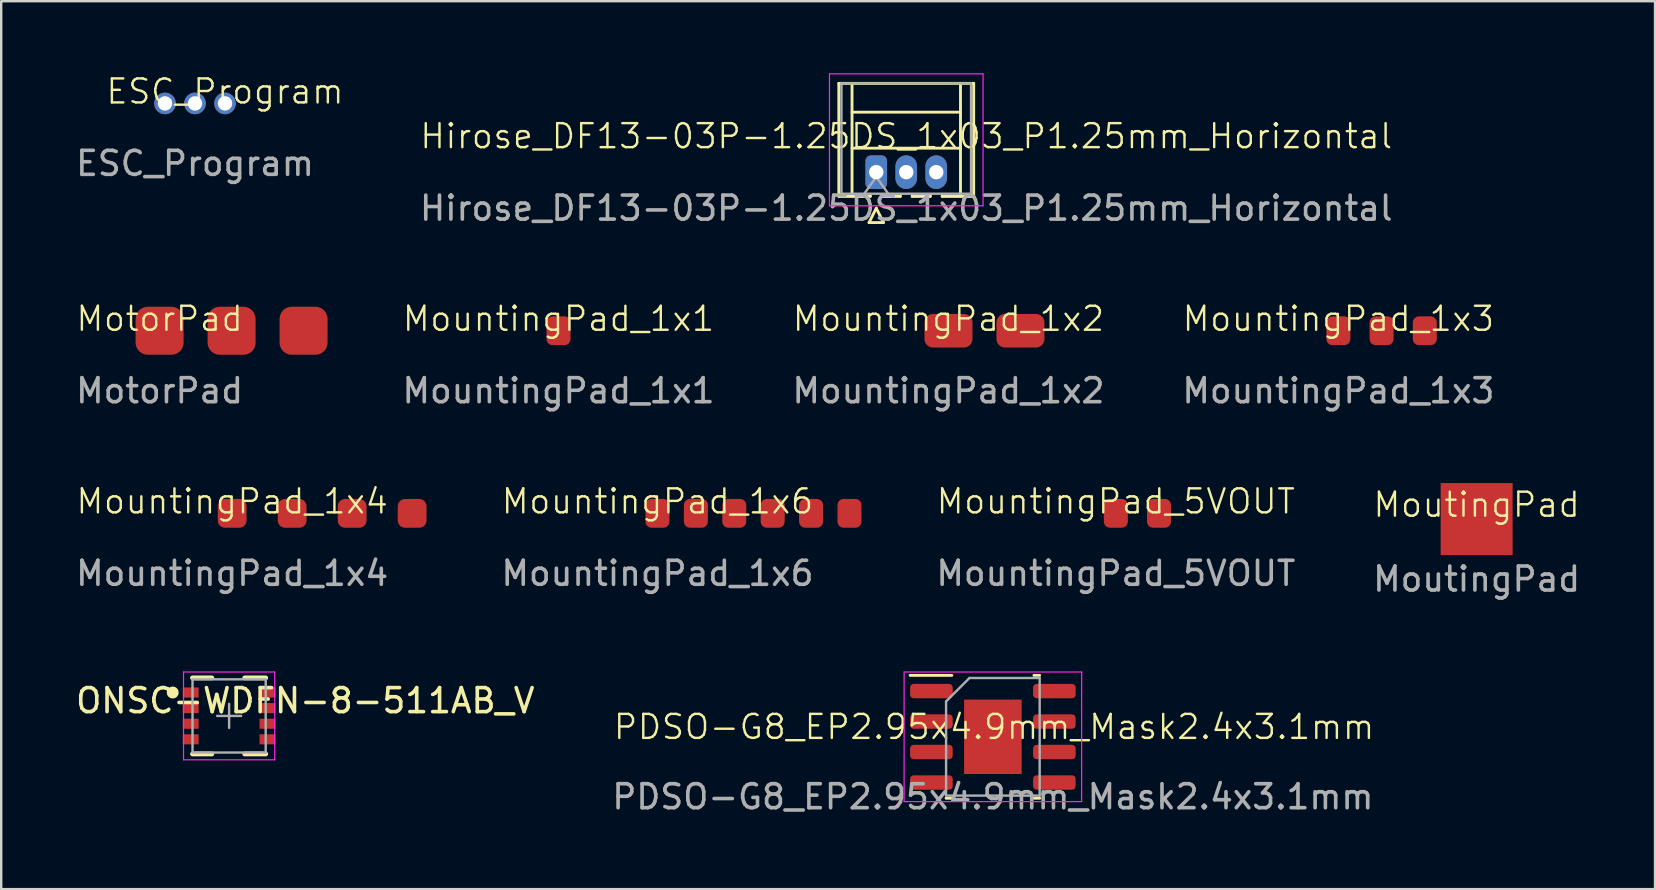
<source format=kicad_pcb>
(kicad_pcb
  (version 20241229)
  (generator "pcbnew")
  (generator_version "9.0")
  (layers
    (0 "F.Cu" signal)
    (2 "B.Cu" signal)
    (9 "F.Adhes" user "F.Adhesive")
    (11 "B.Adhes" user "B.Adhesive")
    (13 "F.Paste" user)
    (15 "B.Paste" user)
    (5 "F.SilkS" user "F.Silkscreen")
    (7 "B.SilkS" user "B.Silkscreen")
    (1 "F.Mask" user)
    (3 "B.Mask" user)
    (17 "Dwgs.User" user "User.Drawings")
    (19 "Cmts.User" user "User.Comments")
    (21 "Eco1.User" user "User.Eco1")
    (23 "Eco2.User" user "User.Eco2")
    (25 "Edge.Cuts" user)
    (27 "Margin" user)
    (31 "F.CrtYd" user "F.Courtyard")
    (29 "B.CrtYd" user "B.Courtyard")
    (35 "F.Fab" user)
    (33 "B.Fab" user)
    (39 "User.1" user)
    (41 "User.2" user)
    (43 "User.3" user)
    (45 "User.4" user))
  (footprint "MoutingPad"
    (layer "F.Cu")
    (at 58.487 18.582)
    (property "Reference" "MoutingPad" (at 0 -0.6 0) (unlocked yes) (layer "F.SilkS") (effects (font (size 1 1) (thickness 0.1))))
    (attr smd)
    (fp_text user "${REFERENCE}" (at 0 2.5 0) (unlocked yes) (layer "F.Fab") (effects (font (size 1 1) (thickness 0.15))))
    (pad "1" smd rect (at 0 0) (size 3 3) (layers "F.Cu" "F.Mask" "F.Paste")))
  (footprint "MountingPad_1x4"
    (layer "F.Cu")
    (at 6.625 18.343)
    (property "Reference" "MountingPad_1x4" (at 0 -0.5 0) (unlocked yes) (layer "F.SilkS") (effects (font (size 1 1) (thickness 0.1))))
    (attr smd)
    (fp_text user "${REFERENCE}" (at 0 2.5 0) (unlocked yes) (layer "F.Fab") (effects (font (size 1 1) (thickness 0.15))))
    (pad "1" smd roundrect (at 0 0 90) (size 1.2 1.2) (layers "F.Cu" "F.Mask" "F.Paste") (roundrect_rratio 0.25))
    (pad "2" smd roundrect (at 2.5 0 90) (size 1.2 1.2) (layers "F.Cu" "F.Mask" "F.Paste") (roundrect_rratio 0.25))
    (pad "3" smd roundrect (at 5 0 90) (size 1.2 1.2) (layers "F.Cu" "F.Mask" "F.Paste") (roundrect_rratio 0.25))
    (pad "4" smd roundrect (at 7.5 0 90) (size 1.2 1.2) (layers "F.Cu" "F.Mask" "F.Paste") (roundrect_rratio 0.25)))
  (footprint "MountingPad_1x6"
    (layer "F.Cu")
    (at 24.35 18.343)
    (property "Reference" "MountingPad_1x6" (at 0 -0.5 0) (unlocked yes) (layer "F.SilkS") (effects (font (size 1 1) (thickness 0.1))))
    (attr smd)
    (fp_text user "${REFERENCE}" (at 0 2.5 0) (unlocked yes) (layer "F.Fab") (effects (font (size 1 1) (thickness 0.15))))
    (pad "1" smd roundrect (at 0 0 90) (size 1.2 1) (layers "F.Cu" "F.Mask" "F.Paste") (roundrect_rratio 0.25))
    (pad "2" smd roundrect (at 1.6 0 90) (size 1.2 1) (layers "F.Cu" "F.Mask" "F.Paste") (roundrect_rratio 0.25))
    (pad "3" smd roundrect (at 3.2 0 90) (size 1.2 1) (layers "F.Cu" "F.Mask" "F.Paste") (roundrect_rratio 0.25))
    (pad "4" smd roundrect (at 4.8 0 90) (size 1.2 1) (layers "F.Cu" "F.Mask" "F.Paste") (roundrect_rratio 0.25))
    (pad "5" smd roundrect (at 6.4 0 90) (size 1.2 1) (layers "F.Cu" "F.Mask" "F.Paste") (roundrect_rratio 0.25))
    (pad "6" smd roundrect (at 8 0 90) (size 1.2 1) (layers "F.Cu" "F.Mask" "F.Paste") (roundrect_rratio 0.25)))
  (footprint "MountingPad_1x1"
    (layer "F.Cu")
    (at 20.226 10.734)
    (property "Reference" "MountingPad_1x1" (at 0 -0.5 0) (unlocked yes) (layer "F.SilkS") (effects (font (size 1 1) (thickness 0.1))))
    (attr smd)
    (fp_text user "${REFERENCE}" (at 0 2.5 0) (unlocked yes) (layer "F.Fab") (effects (font (size 1 1) (thickness 0.15))))
    (pad "1" smd roundrect (at 0 0 90) (size 1.2 1) (layers "F.Cu" "F.Mask" "F.Paste") (roundrect_rratio 0.25)))
  (footprint "MountingPad_1x2"
    (layer "F.Cu")
    (at 36.476 10.734)
    (property "Reference" "MountingPad_1x2" (at 0 -0.5 0) (unlocked yes) (layer "F.SilkS") (effects (font (size 1 1) (thickness 0.1))))
    (attr smd)
    (fp_text user "${REFERENCE}" (at 0 2.5 0) (unlocked yes) (layer "F.Fab") (effects (font (size 1 1) (thickness 0.15))))
    (pad "1" smd roundrect (at 0 0 90) (size 1.4 2) (layers "F.Cu" "F.Mask" "F.Paste") (roundrect_rratio 0.25))
    (pad "2" smd roundrect (at 3 0 90) (size 1.4 2) (layers "F.Cu" "F.Mask" "F.Paste") (roundrect_rratio 0.25)))
  (footprint "MountingPad_5VOUT"
    (layer "F.Cu")
    (at 43.451 18.343)
    (property "Reference" "MountingPad_5VOUT" (at 0 -0.5 0) (unlocked yes) (layer "F.SilkS") (effects (font (size 1 1) (thickness 0.1))))
    (attr smd)
    (fp_text user "${REFERENCE}" (at 0 2.5 0) (unlocked yes) (layer "F.Fab") (effects (font (size 1 1) (thickness 0.15))))
    (pad "1" smd roundrect (at 0 0 90) (size 1.2 1) (layers "F.Cu" "F.Mask" "F.Paste") (roundrect_rratio 0.25))
    (pad "2" smd roundrect (at 1.8 0 90) (size 1.2 1) (layers "F.Cu" "F.Mask" "F.Paste") (roundrect_rratio 0.25)))
  (footprint "ESC_Program"
    (layer "F.Cu")
    (at 5.077 1.26)
    (property "Reference" "ESC_Program" (at 1.25 -0.5 0) (unlocked yes) (layer "F.SilkS") (effects (font (size 1 1) (thickness 0.1))))
    (attr smd)
    (fp_text user "${REFERENCE}" (at 0 2.5 0) (unlocked yes) (layer "F.Fab") (effects (font (size 1 1) (thickness 0.15))))
    (pad "1" thru_hole circle (at -1.25 0) (size 0.9 0.9) (drill 0.6) (layers "*.Cu" "*.Mask"))
    (pad "2" thru_hole circle (at 0 0) (size 0.9 0.9) (drill 0.6) (layers "*.Cu" "*.Mask"))
    (pad "3" thru_hole circle (at 1.25 0) (size 0.9 0.9) (drill 0.6) (layers "*.Cu" "*.Mask")))
  (footprint "ONSC-WDFN-8-511AB_V"
    (layer "F.Cu")
    (at 6.498 26.785)
    (property "Reference" "ONSC-WDFN-8-511AB_V" (at 3.175 -0.635 0) (layer "F.SilkS") (effects (font (size 1 1) (thickness 0.15))))
    (attr smd)
    (fp_line (start -1.525 -1.585) (end -0.72 -1.585) (stroke (width 0.2) (type solid)) (layer "F.SilkS"))
    (fp_line (start -1.525 1.585) (end -0.72 1.585) (stroke (width 0.2) (type solid)) (layer "F.SilkS"))
    (fp_line (start 0.65 -1.585) (end 1.525 -1.585) (stroke (width 0.2) (type solid)) (layer "F.SilkS"))
    (fp_line (start 0.65 1.585) (end 1.525 1.585) (stroke (width 0.2) (type solid)) (layer "F.SilkS"))
    (fp_circle (center -2.35 -0.975) (end -2.225 -0.975) (stroke (width 0.25) (type solid)) (fill no) (layer "F.SilkS"))
    (fp_line (start -1.9 -1.83) (end 1.9 -1.83) (stroke (width 0.05) (type solid)) (layer "F.CrtYd"))
    (fp_line (start -1.9 1.83) (end -1.9 -1.83) (stroke (width 0.05) (type solid)) (layer "F.CrtYd"))
    (fp_line (start -1.9 1.83) (end 1.9 1.83) (stroke (width 0.05) (type solid)) (layer "F.CrtYd"))
    (fp_line (start 1.9 1.83) (end 1.9 -1.83) (stroke (width 0.05) (type solid)) (layer "F.CrtYd"))
    (fp_line (start -1.525 -1.525) (end 1.525 -1.525) (stroke (width 0.1) (type solid)) (layer "F.Fab"))
    (fp_line (start -1.525 1.525) (end -1.525 -1.525) (stroke (width 0.1) (type solid)) (layer "F.Fab"))
    (fp_line (start -1.525 1.525) (end 1.525 1.525) (stroke (width 0.1) (type solid)) (layer "F.Fab"))
    (fp_line (start -0.5 0) (end 0.5 0) (stroke (width 0.1) (type solid)) (layer "F.Fab"))
    (fp_line (start 0 0.5) (end 0 -0.5) (stroke (width 0.1) (type solid)) (layer "F.Fab"))
    (fp_line (start 1.525 1.525) (end 1.525 -1.525) (stroke (width 0.1) (type solid)) (layer "F.Fab"))
    (pad "1" smd rect (at -1.6 -0.975 90) (size 0.42 0.66) (layers "F.Cu" "F.Mask" "F.Paste"))
    (pad "2" smd rect (at -1.6 -0.325 90) (size 0.42 0.66) (layers "F.Cu" "F.Mask" "F.Paste"))
    (pad "3" smd rect (at -1.6 0.325 90) (size 0.42 0.66) (layers "F.Cu" "F.Mask" "F.Paste"))
    (pad "4" smd rect (at -1.6 0.975 90) (size 0.42 0.66) (layers "F.Cu" "F.Mask" "F.Paste"))
    (pad "5" smd rect (at 1.6 0.975 90) (size 0.42 0.66) (layers "F.Cu" "F.Mask" "F.Paste"))
    (pad "6" smd rect (at 1.6 0.325 90) (size 0.42 0.66) (layers "F.Cu" "F.Mask" "F.Paste"))
    (pad "7" smd rect (at 1.6 -0.325 90) (size 0.42 0.66) (layers "F.Cu" "F.Mask" "F.Paste"))
    (pad "8" smd rect (at 1.6 -0.975 90) (size 0.42 0.66) (layers "F.Cu" "F.Mask" "F.Paste")))
  (footprint "PDSO-G8_EP2.95x4.9mm_Mask2.4x3.1mm"
    (layer "F.Cu")
    (at 38.327 27.655)
    (property "Reference" "PDSO-G8_EP2.95x4.9mm_Mask2.4x3.1mm" (at 0.05 -0.412 0) (unlocked yes) (layer "F.SilkS") (effects (font (size 1 1) (thickness 0.1))))
    (attr smd)
    (fp_line (start -1.711 -2.56) (end -3.45 -2.56) (stroke (width 0.12) (type solid)) (layer "F.SilkS"))
    (fp_line (start -1.711 2.56) (end -1.95 2.56) (stroke (width 0.12) (type solid)) (layer "F.SilkS"))
    (fp_line (start 1.711 -2.56) (end 1.95 -2.56) (stroke (width 0.12) (type solid)) (layer "F.SilkS"))
    (fp_line (start 1.711 2.56) (end 1.95 2.56) (stroke (width 0.12) (type solid)) (layer "F.SilkS"))
    (fp_line (start -3.7 -2.7) (end -3.7 2.7) (stroke (width 0.05) (type solid)) (layer "F.CrtYd"))
    (fp_line (start -3.7 2.7) (end 3.7 2.7) (stroke (width 0.05) (type solid)) (layer "F.CrtYd"))
    (fp_line (start 3.7 -2.7) (end -3.7 -2.7) (stroke (width 0.05) (type solid)) (layer "F.CrtYd"))
    (fp_line (start 3.7 2.7) (end 3.7 -2.7) (stroke (width 0.05) (type solid)) (layer "F.CrtYd"))
    (fp_line (start -1.95 -1.475) (end -0.975 -2.45) (stroke (width 0.1) (type solid)) (layer "F.Fab"))
    (fp_line (start -1.95 2.45) (end -1.95 -1.475) (stroke (width 0.1) (type solid)) (layer "F.Fab"))
    (fp_line (start -0.975 -2.45) (end 1.95 -2.45) (stroke (width 0.1) (type solid)) (layer "F.Fab"))
    (fp_line (start 1.95 -2.45) (end 1.95 2.45) (stroke (width 0.1) (type solid)) (layer "F.Fab"))
    (fp_line (start 1.95 2.45) (end -1.95 2.45) (stroke (width 0.1) (type solid)) (layer "F.Fab"))
    (fp_text user "${REFERENCE}" (at 0 2.5 0) (unlocked yes) (layer "F.Fab") (effects (font (size 1 1) (thickness 0.15))))
    (pad "" smd roundrect (at -0.6 -1.03) (size 0.97 0.83) (layers "F.Paste") (roundrect_rratio 0.25))
    (pad "" smd roundrect (at -0.6 0) (size 0.97 0.83) (layers "F.Paste") (roundrect_rratio 0.25))
    (pad "" smd roundrect (at -0.6 1.03) (size 0.97 0.83) (layers "F.Paste") (roundrect_rratio 0.25))
    (pad "" smd rect (at 0 0) (size 2.4 3.1) (layers "F.Mask"))
    (pad "" smd roundrect (at 0.6 -1.03) (size 0.97 0.83) (layers "F.Paste") (roundrect_rratio 0.25))
    (pad "" smd roundrect (at 0.6 0) (size 0.97 0.83) (layers "F.Paste") (roundrect_rratio 0.25))
    (pad "" smd roundrect (at 0.6 1.03) (size 0.97 0.83) (layers "F.Paste") (roundrect_rratio 0.25))
    (pad "1" smd roundrect (at -2.562 -1.905) (size 1.775 0.6) (layers "F.Cu" "F.Mask" "F.Paste") (roundrect_rratio 0.25))
    (pad "2" smd roundrect (at -2.562 -0.635) (size 1.775 0.6) (layers "F.Cu" "F.Mask" "F.Paste") (roundrect_rratio 0.25))
    (pad "3" smd roundrect (at -2.562 0.635) (size 1.775 0.6) (layers "F.Cu" "F.Mask" "F.Paste") (roundrect_rratio 0.25))
    (pad "4" smd roundrect (at -2.562 1.905) (size 1.775 0.6) (layers "F.Cu" "F.Mask" "F.Paste") (roundrect_rratio 0.25))
    (pad "5" smd roundrect (at 2.562 1.905) (size 1.775 0.6) (layers "F.Cu" "F.Mask" "F.Paste") (roundrect_rratio 0.25))
    (pad "6" smd roundrect (at 2.562 0.635) (size 1.775 0.6) (layers "F.Cu" "F.Mask" "F.Paste") (roundrect_rratio 0.25))
    (pad "7" smd roundrect (at 2.562 -0.635) (size 1.775 0.6) (layers "F.Cu" "F.Mask" "F.Paste") (roundrect_rratio 0.25))
    (pad "8" smd roundrect (at 2.562 -1.905) (size 1.775 0.6) (layers "F.Cu" "F.Mask" "F.Paste") (roundrect_rratio 0.25))
    (pad "9" smd rect (at 0 0) (size 2.4 3.1) (layers "F.Cu")))
  (footprint "MountingPad_1x3"
    (layer "F.Cu")
    (at 52.726 10.734)
    (property "Reference" "MountingPad_1x3" (at 0 -0.5 0) (unlocked yes) (layer "F.SilkS") (effects (font (size 1 1) (thickness 0.1))))
    (attr smd)
    (fp_text user "${REFERENCE}" (at 0 2.5 0) (unlocked yes) (layer "F.Fab") (effects (font (size 1 1) (thickness 0.15))))
    (pad "1" smd roundrect (at 0 0 90) (size 1.2 1) (layers "F.Cu" "F.Mask" "F.Paste") (roundrect_rratio 0.25))
    (pad "2" smd roundrect (at 1.8 0 90) (size 1.2 1) (layers "F.Cu" "F.Mask" "F.Paste") (roundrect_rratio 0.25))
    (pad "3" smd roundrect (at 3.6 0 90) (size 1.2 1) (layers "F.Cu" "F.Mask" "F.Paste") (roundrect_rratio 0.25)))
  (footprint "MotorPad"
    (layer "F.Cu")
    (at 3.601 10.734)
    (property "Reference" "MotorPad" (at 0 -0.5 0) (unlocked yes) (layer "F.SilkS") (effects (font (size 1 1) (thickness 0.1))))
    (attr smd)
    (fp_text user "${REFERENCE}" (at 0 2.5 0) (unlocked yes) (layer "F.Fab") (effects (font (size 1 1) (thickness 0.15))))
    (pad "1" smd roundrect (at 0 0 90) (size 2 2) (layers "F.Cu" "F.Mask" "F.Paste") (roundrect_rratio 0.25))
    (pad "2" smd roundrect (at 3 0 90) (size 2 2) (layers "F.Cu" "F.Mask" "F.Paste") (roundrect_rratio 0.25))
    (pad "3" smd roundrect (at 6 0 90) (size 2 2) (layers "F.Cu" "F.Mask" "F.Paste") (roundrect_rratio 0.25)))
  (footprint "Hirose_DF13-03P-1.25DS_1x03_P1.25mm_Horizontal"
    (layer "F.Cu")
    (at 34.717 3.125)
    (property "Reference" "Hirose_DF13-03P-1.25DS_1x03_P1.25mm_Horizontal" (at 0 -0.5 0) (unlocked yes) (layer "F.SilkS") (effects (font (size 1 1) (thickness 0.1))))
    (attr through_hole)
    (fp_line (start -2.81 -2.7) (end 2.81 -2.7) (stroke (width 0.12) (type solid)) (layer "F.SilkS"))
    (fp_line (start -2.81 2.01) (end -2.81 -2.7) (stroke (width 0.12) (type solid)) (layer "F.SilkS"))
    (fp_line (start -2.26 -2.7) (end -2.26 2.01) (stroke (width 0.12) (type solid)) (layer "F.SilkS"))
    (fp_line (start -2.26 -1.5) (end 2.26 -1.5) (stroke (width 0.12) (type solid)) (layer "F.SilkS"))
    (fp_line (start -2.26 0) (end 2.26 0) (stroke (width 0.12) (type solid)) (layer "F.SilkS"))
    (fp_line (start -1.55 3.1) (end -0.95 3.1) (stroke (width 0.12) (type solid)) (layer "F.SilkS"))
    (fp_line (start -1.5 1.96) (end -1.5 2.01) (stroke (width 0.12) (type solid)) (layer "F.SilkS"))
    (fp_line (start -1.5 2.01) (end -2.81 2.01) (stroke (width 0.12) (type solid)) (layer "F.SilkS"))
    (fp_line (start -1.25 2.5) (end -1.55 3.1) (stroke (width 0.12) (type solid)) (layer "F.SilkS"))
    (fp_line (start -1 1.96) (end -1 2.01) (stroke (width 0.12) (type solid)) (layer "F.SilkS"))
    (fp_line (start -1 2.01) (end -0.25 2.01) (stroke (width 0.12) (type solid)) (layer "F.SilkS"))
    (fp_line (start -0.95 3.1) (end -1.25 2.5) (stroke (width 0.12) (type solid)) (layer "F.SilkS"))
    (fp_line (start -0.25 2.01) (end -0.25 1.96) (stroke (width 0.12) (type solid)) (layer "F.SilkS"))
    (fp_line (start 0.25 1.96) (end 0.25 2.01) (stroke (width 0.12) (type solid)) (layer "F.SilkS"))
    (fp_line (start 0.25 2.01) (end 1 2.01) (stroke (width 0.12) (type solid)) (layer "F.SilkS"))
    (fp_line (start 1 2.01) (end 1 1.96) (stroke (width 0.12) (type solid)) (layer "F.SilkS"))
    (fp_line (start 1.5 2.01) (end 1.5 1.96) (stroke (width 0.12) (type solid)) (layer "F.SilkS"))
    (fp_line (start 2.26 -2.7) (end 2.26 2.01) (stroke (width 0.12) (type solid)) (layer "F.SilkS"))
    (fp_line (start 2.81 -2.7) (end 2.81 2.01) (stroke (width 0.12) (type solid)) (layer "F.SilkS"))
    (fp_line (start 2.81 2.01) (end 1.5 2.01) (stroke (width 0.12) (type solid)) (layer "F.SilkS"))
    (fp_line (start -3.2 -3.1) (end -3.2 2.4) (stroke (width 0.05) (type solid)) (layer "F.CrtYd"))
    (fp_line (start -3.2 2.4) (end 3.2 2.4) (stroke (width 0.05) (type solid)) (layer "F.CrtYd"))
    (fp_line (start 3.2 -3.1) (end -3.2 -3.1) (stroke (width 0.05) (type solid)) (layer "F.CrtYd"))
    (fp_line (start 3.2 2.4) (end 3.2 -3.1) (stroke (width 0.05) (type solid)) (layer "F.CrtYd"))
    (fp_line (start -2.7 -2.7) (end -2.7 1.9) (stroke (width 0.1) (type solid)) (layer "F.Fab"))
    (fp_line (start -2.7 1.9) (end 2.7 1.9) (stroke (width 0.1) (type solid)) (layer "F.Fab"))
    (fp_line (start -1.75 1.9) (end -1.25 1.193) (stroke (width 0.1) (type solid)) (layer "F.Fab"))
    (fp_line (start -1.25 1.193) (end -0.75 1.9) (stroke (width 0.1) (type solid)) (layer "F.Fab"))
    (fp_line (start 2.7 -2.7) (end -2.7 -2.7) (stroke (width 0.1) (type solid)) (layer "F.Fab"))
    (fp_line (start 2.7 1.9) (end 2.7 -2.7) (stroke (width 0.1) (type solid)) (layer "F.Fab"))
    (fp_text user "${REFERENCE}" (at 0 2.5 0) (unlocked yes) (layer "F.Fab") (effects (font (size 1 1) (thickness 0.15))))
    (pad "1" thru_hole roundrect (at -1.25 1) (size 0.9 1.4) (drill 0.6) (layers "*.Cu" "*.Mask") (roundrect_rratio 0.25))
    (pad "2" thru_hole oval (at 0 1) (size 0.9 1.4) (drill 0.6) (layers "*.Cu" "*.Mask"))
    (pad "3" thru_hole oval (at 1.25 1) (size 0.9 1.4) (drill 0.6) (layers "*.Cu" "*.Mask")))
  (gr_rect
    (start -3 -3)
    (end 65.921 34.004)
    (stroke (width 0.1) (type default))
    (fill no)
    (layer "Edge.Cuts")))
</source>
